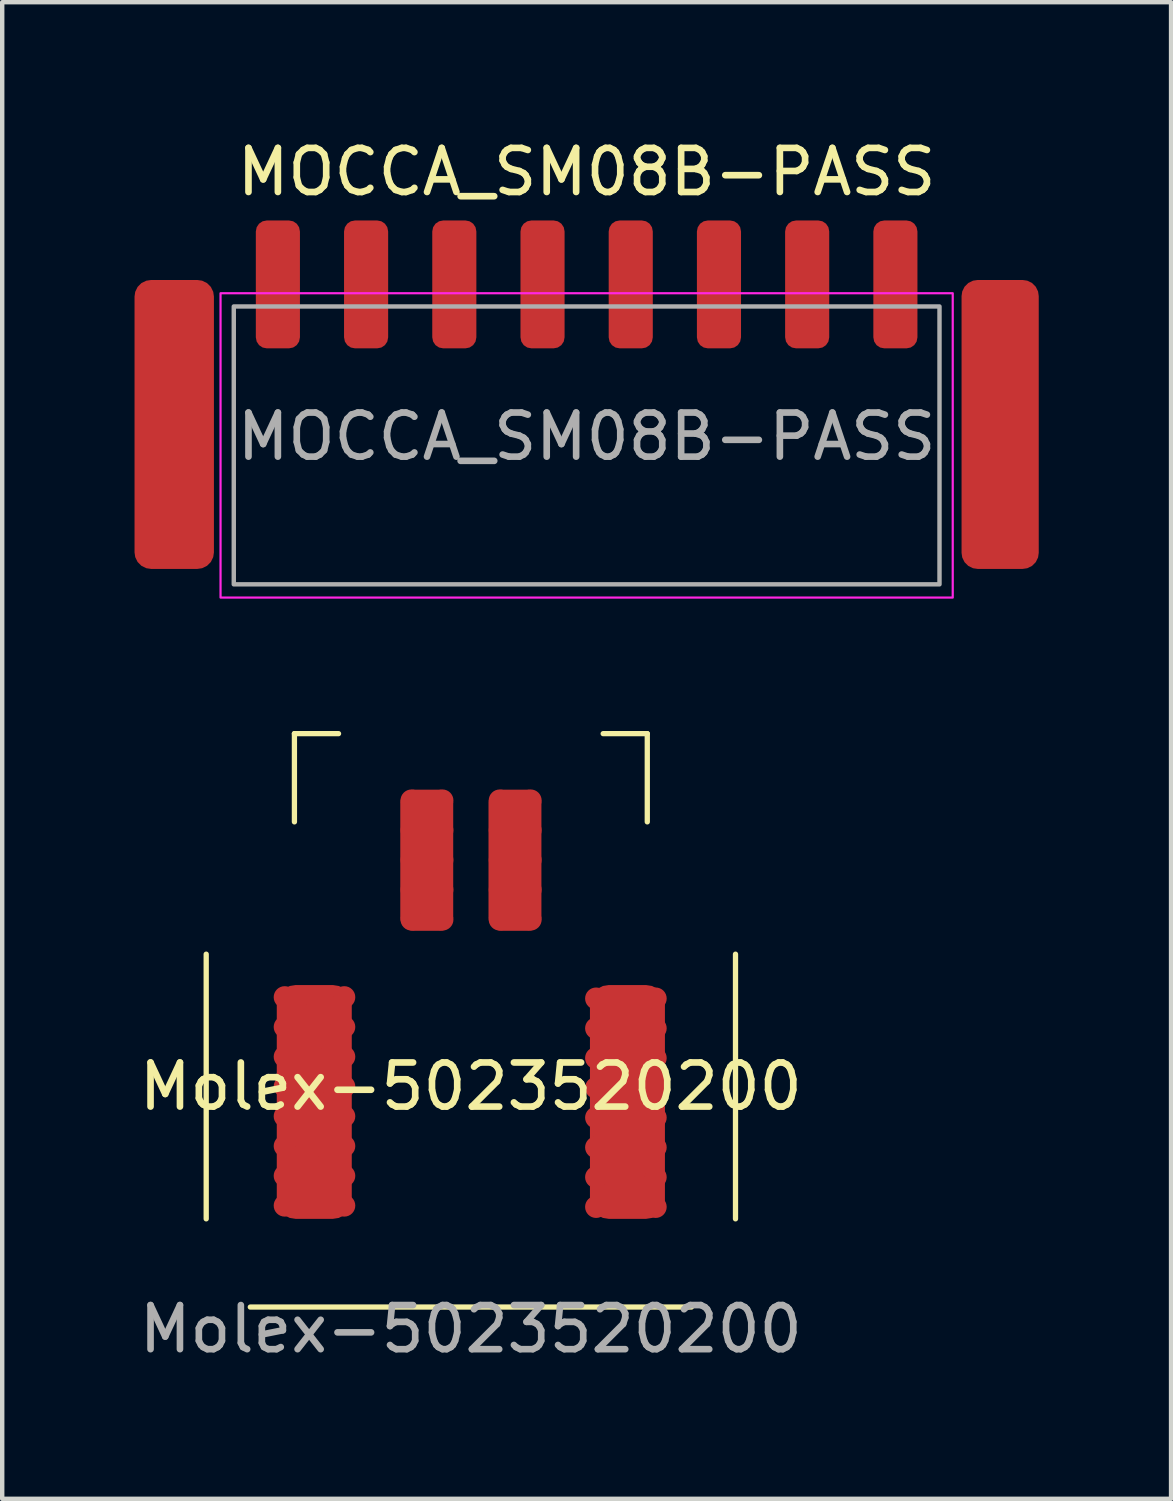
<source format=kicad_pcb>
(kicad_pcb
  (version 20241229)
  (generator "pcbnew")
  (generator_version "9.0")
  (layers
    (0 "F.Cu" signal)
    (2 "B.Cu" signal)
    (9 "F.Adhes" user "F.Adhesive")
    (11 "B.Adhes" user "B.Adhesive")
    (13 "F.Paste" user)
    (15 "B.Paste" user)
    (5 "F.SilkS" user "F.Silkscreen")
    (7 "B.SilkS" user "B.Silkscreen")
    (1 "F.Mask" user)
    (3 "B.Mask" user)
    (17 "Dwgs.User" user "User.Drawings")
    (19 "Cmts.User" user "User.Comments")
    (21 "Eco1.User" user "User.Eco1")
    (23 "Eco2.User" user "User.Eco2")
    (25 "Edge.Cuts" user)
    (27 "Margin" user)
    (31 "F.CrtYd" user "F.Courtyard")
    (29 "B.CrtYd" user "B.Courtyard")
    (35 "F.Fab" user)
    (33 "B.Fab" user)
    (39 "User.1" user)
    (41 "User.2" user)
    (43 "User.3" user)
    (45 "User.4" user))
  (footprint "MOCCA_SM08B-PASS"
    (layer "F.Cu")
    (at 10.25 8.048)
    (property "Reference" "MOCCA_SM08B-PASS" (at 0 -7.2 0) (layer "F.SilkS") (effects (font (size 1 1) (thickness 0.15))))
    (attr smd)
    (fp_rect (start 8.3 2.45) (end -8.3 -4.45) (stroke (width 0.05) (type default)) (fill no) (layer "F.CrtYd"))
    (fp_rect (start 8 2.15) (end -8 -4.15) (stroke (width 0.1) (type default)) (fill no) (layer "F.Fab"))
    (fp_text user "${REFERENCE}" (at 0 -1.2 0) (layer "F.Fab") (effects (font (size 1 1) (thickness 0.15))))
    (pad "1" smd roundrect (at 7 -4.65) (size 1 2.9) (layers "F.Cu" "F.Mask" "F.Paste") (roundrect_rratio 0.25))
    (pad "2" smd roundrect (at 5 -4.65) (size 1 2.9) (layers "F.Cu" "F.Mask" "F.Paste") (roundrect_rratio 0.25))
    (pad "3" smd roundrect (at 3 -4.65) (size 1 2.9) (layers "F.Cu" "F.Mask" "F.Paste") (roundrect_rratio 0.25))
    (pad "4" smd roundrect (at 1 -4.65) (size 1 2.9) (layers "F.Cu" "F.Mask" "F.Paste") (roundrect_rratio 0.25))
    (pad "5" smd roundrect (at -1 -4.65) (size 1 2.9) (layers "F.Cu" "F.Mask" "F.Paste") (roundrect_rratio 0.25))
    (pad "6" smd roundrect (at -3 -4.65) (size 1 2.9) (layers "F.Cu" "F.Mask" "F.Paste") (roundrect_rratio 0.25))
    (pad "7" smd roundrect (at -5 -4.65) (size 1 2.9) (layers "F.Cu" "F.Mask" "F.Paste") (roundrect_rratio 0.25))
    (pad "8" smd roundrect (at -7 -4.65) (size 1 2.9) (layers "F.Cu" "F.Mask" "F.Paste") (roundrect_rratio 0.25))
    (pad "N" smd roundrect (at -9.35 -1.475) (size 1.8 6.55) (layers "F.Cu" "F.Mask" "F.Paste") (roundrect_rratio 0.208))
    (pad "N" smd roundrect (at 9.375 -1.475) (size 1.75 6.55) (layers "F.Cu" "F.Mask" "F.Paste") (roundrect_rratio 0.208)))
  (footprint "Molex-5023520200"
    (layer "F.Cu")
    (at 7.625 24.583)
    (property "Reference" "Molex-5023520200" (at 0 -3 0) (unlocked yes) (layer "F.SilkS") (effects (font (size 1 1) (thickness 0.15))))
    (attr smd)
    (fp_line (start -6 0) (end -6 -6) (stroke (width 0.12) (type solid)) (layer "F.SilkS"))
    (fp_line (start -5 2) (end 5 2) (stroke (width 0.12) (type solid)) (layer "F.SilkS"))
    (fp_line (start -4 -11) (end -4 -9) (stroke (width 0.12) (type solid)) (layer "F.SilkS"))
    (fp_line (start -3 -11) (end -4 -11) (stroke (width 0.12) (type solid)) (layer "F.SilkS"))
    (fp_line (start 3 -11) (end 4 -11) (stroke (width 0.12) (type solid)) (layer "F.SilkS"))
    (fp_line (start 4 -11) (end 4 -9) (stroke (width 0.12) (type solid)) (layer "F.SilkS"))
    (fp_line (start 6 0) (end 6 -6) (stroke (width 0.12) (type solid)) (layer "F.SilkS"))
    (fp_text user "${REFERENCE}" (at 0 2.5 0) (unlocked yes) (layer "F.Fab") (effects (font (size 1 1) (thickness 0.15))))
    (pad "1" smd roundrect (at -1 -8.13) (size 1.2 3.2) (layers "F.Cu" "F.Mask" "F.Paste") (roundrect_rratio 0.25))
    (pad "2" smd roundrect (at 1 -8.13) (size 1.2 3.2) (layers "F.Cu" "F.Mask" "F.Paste") (roundrect_rratio 0.25))
    (pad "3" smd roundrect (at -3.55 -2.65) (size 1.7 5.3) (layers "F.Cu" "F.Mask" "F.Paste") (roundrect_rratio 0.25))
    (pad "3" smd roundrect (at 3.55 -2.65) (size 1.7 5.3) (layers "F.Cu" "F.Mask" "F.Paste") (roundrect_rratio 0.25))
    (pad "N" smd circle (at -4.22 -5.025) (size 0.5 0.5) (layers "F.Cu" "Eco2.User"))
    (pad "N" smd circle (at -4.22 -4.35) (size 0.5 0.5) (layers "F.Cu" "Eco2.User"))
    (pad "N" smd circle (at -4.22 -3.675) (size 0.5 0.5) (layers "F.Cu" "Eco2.User"))
    (pad "N" smd circle (at -4.22 -3) (size 0.5 0.5) (layers "F.Cu" "Eco2.User"))
    (pad "N" smd circle (at -4.22 -2.325) (size 0.5 0.5) (layers "F.Cu" "Eco2.User"))
    (pad "N" smd circle (at -4.22 -1.65) (size 0.5 0.5) (layers "F.Cu" "Eco2.User"))
    (pad "N" smd circle (at -4.22 -0.975) (size 0.5 0.5) (layers "F.Cu" "Eco2.User"))
    (pad "N" smd circle (at -4.22 -0.3) (size 0.5 0.5) (layers "F.Cu" "Eco2.User"))
    (pad "N" smd circle (at -3.545 -5.025) (size 0.5 0.5) (layers "F.Cu" "Eco2.User"))
    (pad "N" smd circle (at -3.545 -4.35) (size 0.5 0.5) (layers "F.Cu" "Eco2.User"))
    (pad "N" smd circle (at -3.545 -3.675) (size 0.5 0.5) (layers "F.Cu" "Eco2.User"))
    (pad "N" smd circle (at -3.545 -3) (size 0.5 0.5) (layers "F.Cu" "Eco2.User"))
    (pad "N" smd circle (at -3.545 -2.325) (size 0.5 0.5) (layers "F.Cu" "Eco2.User"))
    (pad "N" smd circle (at -3.545 -1.65) (size 0.5 0.5) (layers "F.Cu" "Eco2.User"))
    (pad "N" smd circle (at -3.545 -0.975) (size 0.5 0.5) (layers "F.Cu" "Eco2.User"))
    (pad "N" smd circle (at -3.545 -0.3) (size 0.5 0.5) (layers "F.Cu" "Eco2.User"))
    (pad "N" smd circle (at -2.87 -5.025) (size 0.5 0.5) (layers "F.Cu" "Eco2.User"))
    (pad "N" smd circle (at -2.87 -4.35) (size 0.5 0.5) (layers "F.Cu" "Eco2.User"))
    (pad "N" smd circle (at -2.87 -3.675) (size 0.5 0.5) (layers "F.Cu" "Eco2.User"))
    (pad "N" smd circle (at -2.87 -3) (size 0.5 0.5) (layers "F.Cu" "Eco2.User"))
    (pad "N" smd circle (at -2.87 -2.325) (size 0.5 0.5) (layers "F.Cu" "Eco2.User"))
    (pad "N" smd circle (at -2.87 -1.65) (size 0.5 0.5) (layers "F.Cu" "Eco2.User"))
    (pad "N" smd circle (at -2.87 -0.975) (size 0.5 0.5) (layers "F.Cu" "Eco2.User"))
    (pad "N" smd circle (at -2.87 -0.3) (size 0.5 0.5) (layers "F.Cu" "Eco2.User"))
    (pad "N" smd circle (at -1.345 -9.485) (size 0.5 0.5) (layers "F.Cu" "Eco2.User"))
    (pad "N" smd circle (at -1.345 -8.81) (size 0.5 0.5) (layers "F.Cu" "Eco2.User"))
    (pad "N" smd circle (at -1.345 -8.135) (size 0.5 0.5) (layers "F.Cu" "Eco2.User"))
    (pad "N" smd circle (at -1.345 -7.46) (size 0.5 0.5) (layers "F.Cu" "Eco2.User"))
    (pad "N" smd circle (at -1.345 -6.785) (size 0.5 0.5) (layers "F.Cu" "Eco2.User"))
    (pad "N" smd circle (at -0.645 -9.485) (size 0.5 0.5) (layers "F.Cu" "Eco2.User"))
    (pad "N" smd circle (at -0.645 -8.81) (size 0.5 0.5) (layers "F.Cu" "Eco2.User"))
    (pad "N" smd circle (at -0.645 -8.135) (size 0.5 0.5) (layers "F.Cu" "Eco2.User"))
    (pad "N" smd circle (at -0.645 -7.46) (size 0.5 0.5) (layers "F.Cu" "Eco2.User"))
    (pad "N" smd circle (at -0.645 -6.785) (size 0.5 0.5) (layers "F.Cu" "Eco2.User"))
    (pad "N" smd circle (at 0.655 -9.485) (size 0.5 0.5) (layers "F.Cu" "Eco2.User"))
    (pad "N" smd circle (at 0.655 -8.81) (size 0.5 0.5) (layers "F.Cu" "Eco2.User"))
    (pad "N" smd circle (at 0.655 -8.135) (size 0.5 0.5) (layers "F.Cu" "Eco2.User"))
    (pad "N" smd circle (at 0.655 -7.46) (size 0.5 0.5) (layers "F.Cu" "Eco2.User"))
    (pad "N" smd circle (at 0.655 -6.785) (size 0.5 0.5) (layers "F.Cu" "Eco2.User"))
    (pad "N" smd circle (at 1.355 -9.485) (size 0.5 0.5) (layers "F.Cu" "Eco2.User"))
    (pad "N" smd circle (at 1.355 -8.81) (size 0.5 0.5) (layers "F.Cu" "Eco2.User"))
    (pad "N" smd circle (at 1.355 -8.135) (size 0.5 0.5) (layers "F.Cu" "Eco2.User"))
    (pad "N" smd circle (at 1.355 -7.46) (size 0.5 0.5) (layers "F.Cu" "Eco2.User"))
    (pad "N" smd circle (at 1.355 -6.785) (size 0.5 0.5) (layers "F.Cu" "Eco2.User"))
    (pad "N" smd circle (at 2.84 -4.995) (size 0.5 0.5) (layers "F.Cu" "Eco2.User"))
    (pad "N" smd circle (at 2.84 -4.32) (size 0.5 0.5) (layers "F.Cu" "Eco2.User"))
    (pad "N" smd circle (at 2.84 -3.645) (size 0.5 0.5) (layers "F.Cu" "Eco2.User"))
    (pad "N" smd circle (at 2.84 -2.97) (size 0.5 0.5) (layers "F.Cu" "Eco2.User"))
    (pad "N" smd circle (at 2.84 -2.295) (size 0.5 0.5) (layers "F.Cu" "Eco2.User"))
    (pad "N" smd circle (at 2.84 -1.62) (size 0.5 0.5) (layers "F.Cu" "Eco2.User"))
    (pad "N" smd circle (at 2.84 -0.945) (size 0.5 0.5) (layers "F.Cu" "Eco2.User"))
    (pad "N" smd circle (at 2.84 -0.27) (size 0.5 0.5) (layers "F.Cu" "Eco2.User"))
    (pad "N" smd circle (at 3.515 -4.995) (size 0.5 0.5) (layers "F.Cu" "Eco2.User"))
    (pad "N" smd circle (at 3.515 -4.32) (size 0.5 0.5) (layers "F.Cu" "Eco2.User"))
    (pad "N" smd circle (at 3.515 -3.645) (size 0.5 0.5) (layers "F.Cu" "Eco2.User"))
    (pad "N" smd circle (at 3.515 -2.97) (size 0.5 0.5) (layers "F.Cu" "Eco2.User"))
    (pad "N" smd circle (at 3.515 -2.295) (size 0.5 0.5) (layers "F.Cu" "Eco2.User"))
    (pad "N" smd circle (at 3.515 -1.62) (size 0.5 0.5) (layers "F.Cu" "Eco2.User"))
    (pad "N" smd circle (at 3.515 -0.945) (size 0.5 0.5) (layers "F.Cu" "Eco2.User"))
    (pad "N" smd circle (at 3.515 -0.27) (size 0.5 0.5) (layers "F.Cu" "Eco2.User"))
    (pad "N" smd circle (at 4.19 -4.995) (size 0.5 0.5) (layers "F.Cu" "Eco2.User"))
    (pad "N" smd circle (at 4.19 -4.32) (size 0.5 0.5) (layers "F.Cu" "Eco2.User"))
    (pad "N" smd circle (at 4.19 -3.645) (size 0.5 0.5) (layers "F.Cu" "Eco2.User"))
    (pad "N" smd circle (at 4.19 -2.97) (size 0.5 0.5) (layers "F.Cu" "Eco2.User"))
    (pad "N" smd circle (at 4.19 -2.295) (size 0.5 0.5) (layers "F.Cu" "Eco2.User"))
    (pad "N" smd circle (at 4.19 -1.62) (size 0.5 0.5) (layers "F.Cu" "Eco2.User"))
    (pad "N" smd circle (at 4.19 -0.945) (size 0.5 0.5) (layers "F.Cu" "Eco2.User"))
    (pad "N" smd circle (at 4.19 -0.27) (size 0.5 0.5) (layers "F.Cu" "Eco2.User")))
  (gr_rect
    (start -3 -3)
    (end 23.5 30.931)
    (stroke (width 0.1) (type default))
    (fill no)
    (layer "Edge.Cuts")))
</source>
